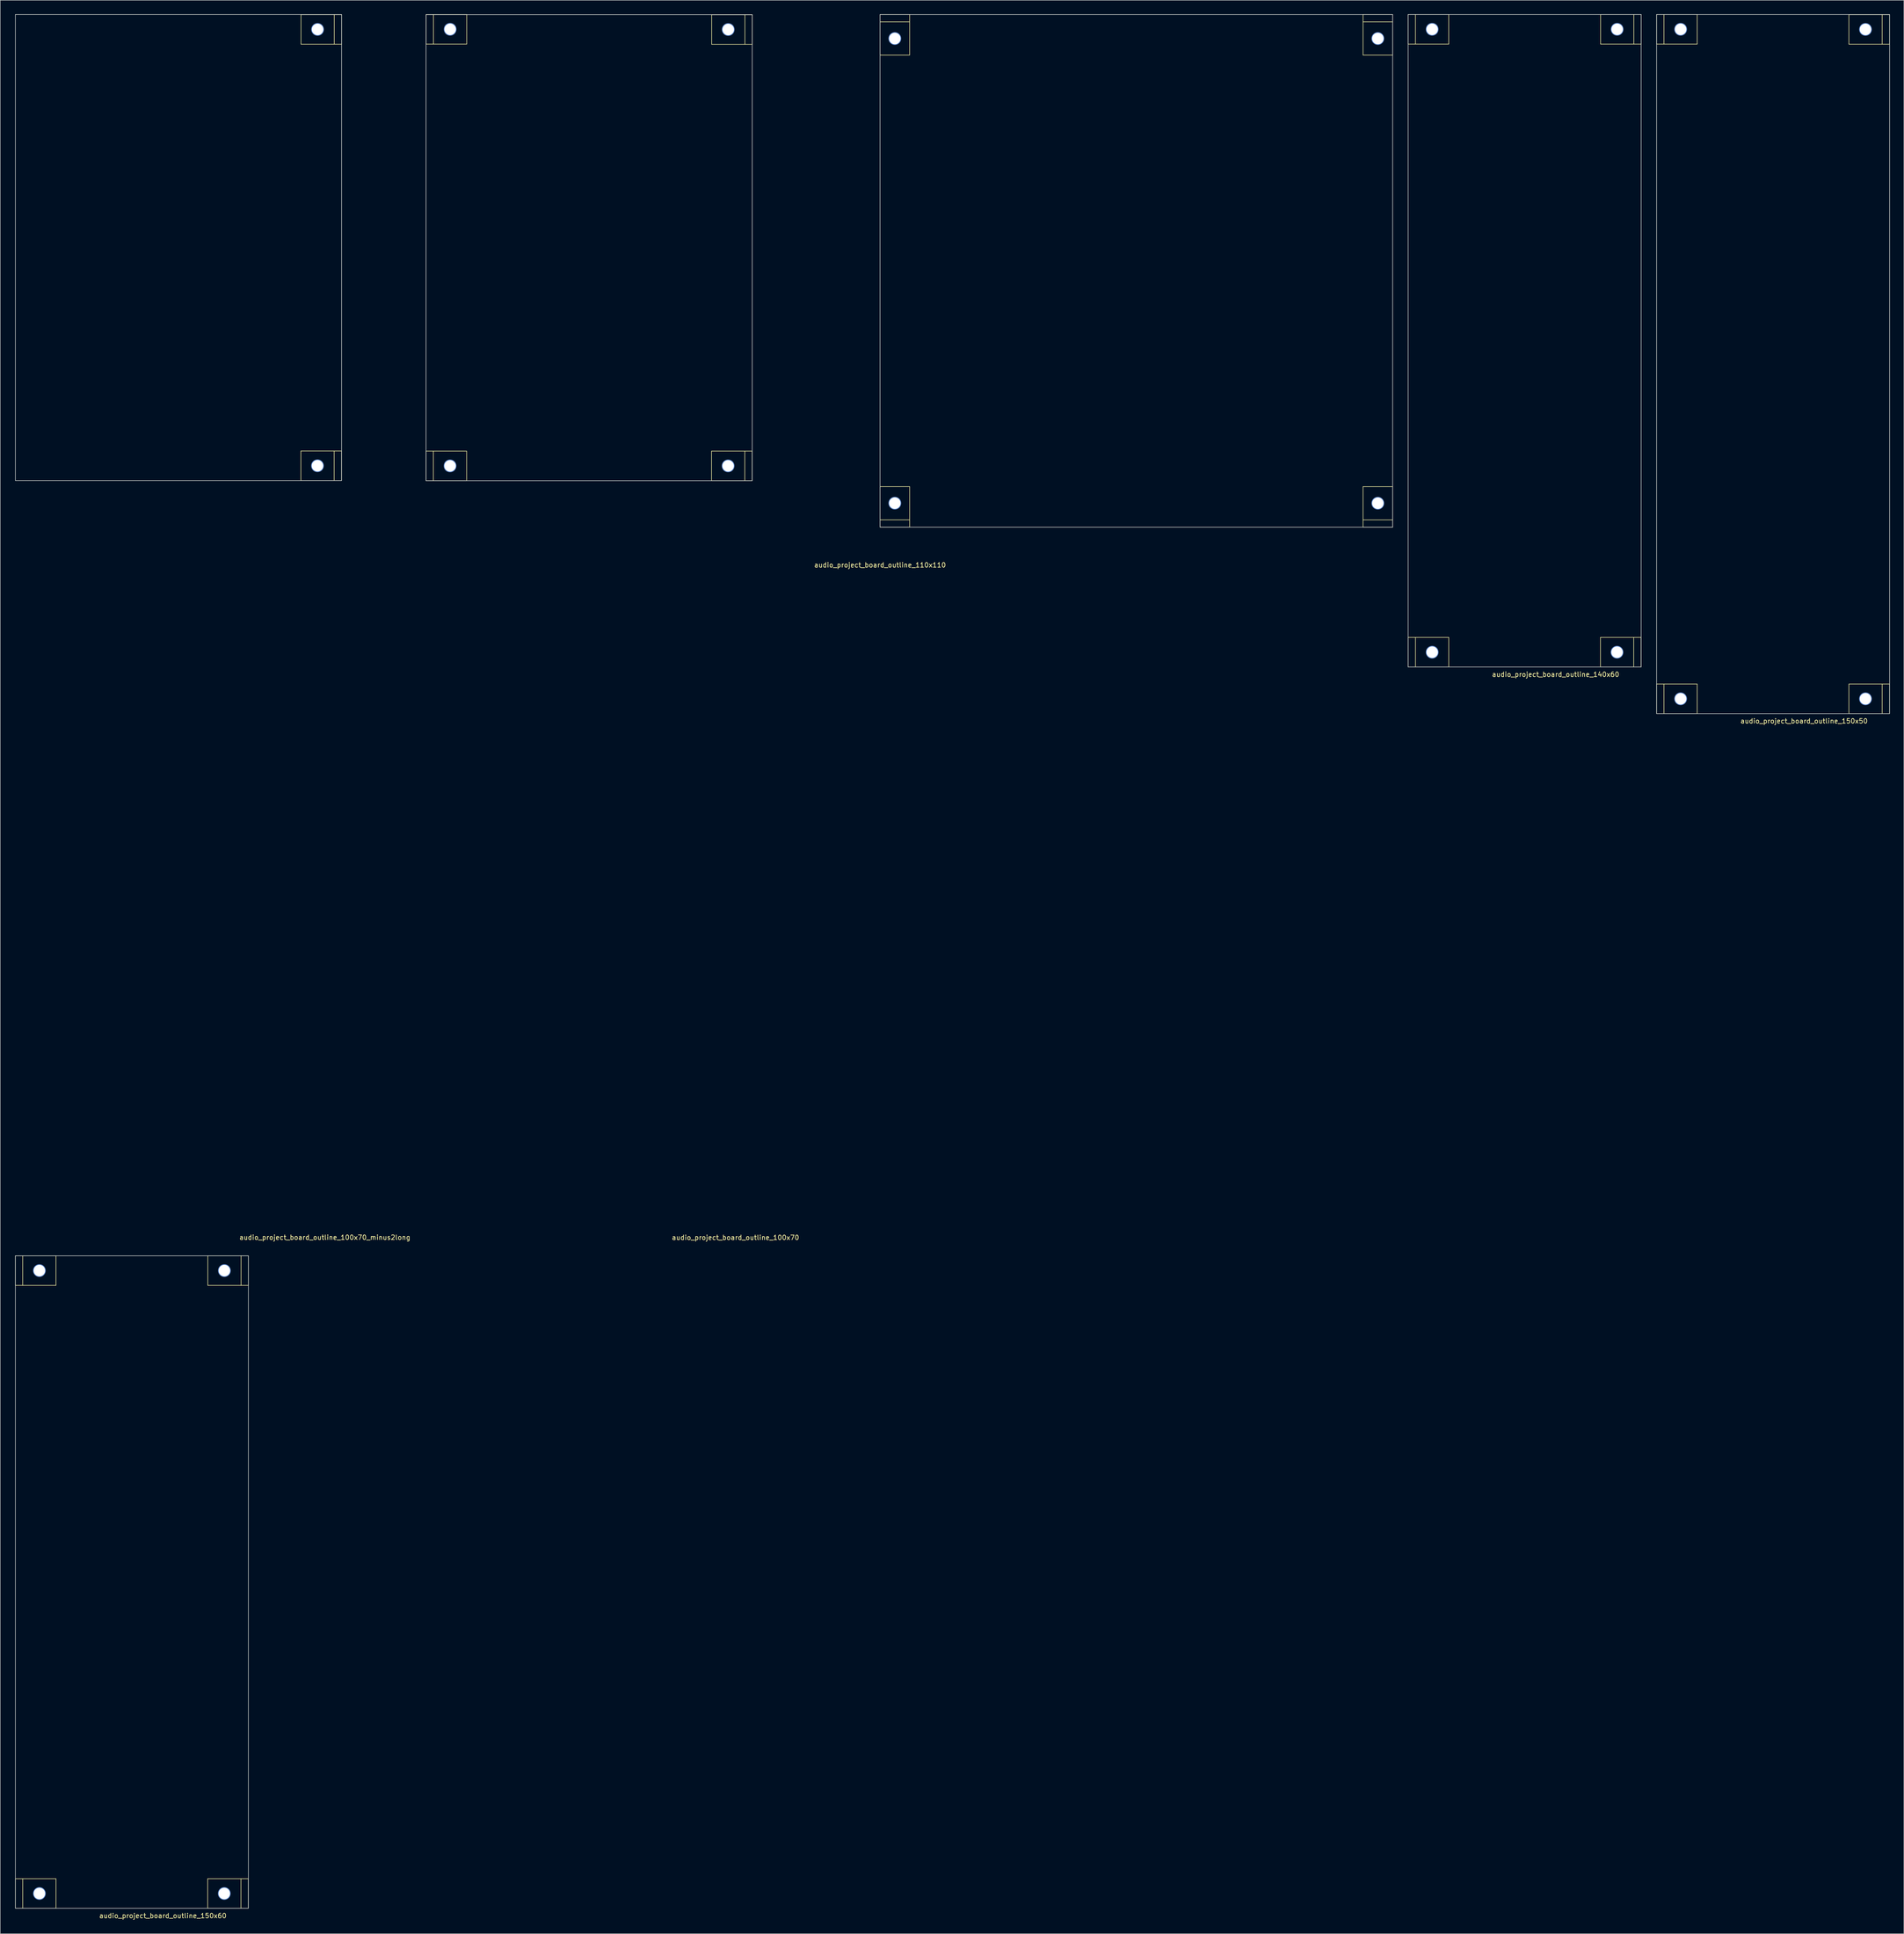
<source format=kicad_pcb>
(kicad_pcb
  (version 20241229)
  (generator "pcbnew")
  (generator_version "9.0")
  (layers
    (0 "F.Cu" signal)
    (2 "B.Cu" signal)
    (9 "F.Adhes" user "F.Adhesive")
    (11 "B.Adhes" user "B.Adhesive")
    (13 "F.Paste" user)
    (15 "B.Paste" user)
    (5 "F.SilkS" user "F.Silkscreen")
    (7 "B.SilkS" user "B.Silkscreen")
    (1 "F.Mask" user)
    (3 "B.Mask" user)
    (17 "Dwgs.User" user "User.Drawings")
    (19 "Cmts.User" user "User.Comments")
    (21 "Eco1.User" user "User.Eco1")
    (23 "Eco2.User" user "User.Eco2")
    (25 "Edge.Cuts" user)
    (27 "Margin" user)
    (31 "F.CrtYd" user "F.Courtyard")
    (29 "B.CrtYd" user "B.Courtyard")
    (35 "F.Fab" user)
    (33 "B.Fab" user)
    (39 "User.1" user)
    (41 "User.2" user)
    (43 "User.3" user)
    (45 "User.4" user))
  (footprint "audio_project_board_outline_150x60"
    (layer "F.Cu")
    (at 0.25 406.395)
    (property "Reference" "audio_project_board_outline_150x60" (at 31.65 1.6 180) (layer "F.SilkS") (effects (font (size 1 1) (thickness 0.15))))
    (attr through_hole)
    (fp_line (start -0.006 -140) (end 8.706 -140) (stroke (width 0.12) (type solid)) (layer "F.SilkS"))
    (fp_line (start -0.006 -133.65) (end -0.006 -140) (stroke (width 0.12) (type solid)) (layer "F.SilkS"))
    (fp_line (start -0.006 -133.65) (end 8.706 -133.65) (stroke (width 0.12) (type solid)) (layer "F.SilkS"))
    (fp_line (start 0 -6.35) (end 8.712 -6.35) (stroke (width 0.12) (type solid)) (layer "F.SilkS"))
    (fp_line (start 0 0) (end 0 -6.35) (stroke (width 0.12) (type solid)) (layer "F.SilkS"))
    (fp_line (start 0 0) (end 8.712 0) (stroke (width 0.12) (type solid)) (layer "F.SilkS"))
    (fp_line (start 1.569 -133.65) (end 1.569 -140) (stroke (width 0.12) (type solid)) (layer "F.SilkS"))
    (fp_line (start 1.575 0) (end 1.575 -6.35) (stroke (width 0.12) (type solid)) (layer "F.SilkS"))
    (fp_line (start 8.706 -133.65) (end 8.706 -140) (stroke (width 0.12) (type solid)) (layer "F.SilkS"))
    (fp_line (start 8.712 0) (end 8.712 -6.35) (stroke (width 0.12) (type solid)) (layer "F.SilkS"))
    (fp_line (start 41.269 -6.35) (end 41.269 0) (stroke (width 0.12) (type solid)) (layer "F.SilkS"))
    (fp_line (start 41.294 -140) (end 41.294 -133.65) (stroke (width 0.12) (type solid)) (layer "F.SilkS"))
    (fp_line (start 48.406 -6.35) (end 48.406 0) (stroke (width 0.12) (type solid)) (layer "F.SilkS"))
    (fp_line (start 48.431 -140) (end 48.431 -133.65) (stroke (width 0.12) (type solid)) (layer "F.SilkS"))
    (fp_line (start 49.981 -6.35) (end 41.269 -6.35) (stroke (width 0.12) (type solid)) (layer "F.SilkS"))
    (fp_line (start 49.981 -6.35) (end 49.981 0) (stroke (width 0.12) (type solid)) (layer "F.SilkS"))
    (fp_line (start 49.981 0) (end 41.269 0) (stroke (width 0.12) (type solid)) (layer "F.SilkS"))
    (fp_line (start 50.006 -140) (end 41.294 -140) (stroke (width 0.12) (type solid)) (layer "F.SilkS"))
    (fp_line (start 50.006 -140) (end 50.006 -133.65) (stroke (width 0.12) (type solid)) (layer "F.SilkS"))
    (fp_line (start 50.006 -133.65) (end 41.294 -133.65) (stroke (width 0.12) (type solid)) (layer "F.SilkS"))
    (fp_line (start 0 -140) (end 50 -140) (stroke (width 0.12) (type solid)) (layer "Edge.Cuts"))
    (fp_line (start 0 0) (end 0 -140) (stroke (width 0.12) (type solid)) (layer "Edge.Cuts"))
    (fp_line (start 0 0) (end 50 0) (stroke (width 0.12) (type solid)) (layer "Edge.Cuts"))
    (fp_line (start 50 0) (end 50 -140) (stroke (width 0.12) (type solid)) (layer "Edge.Cuts"))
    (pad "1" thru_hole circle (at 5.15 -136.825 180) (size 2.75 2.75) (drill 2.45) (layers "*.Cu" "*.Mask"))
    (pad "1" thru_hole circle (at 5.156 -3.175 180) (size 2.75 2.75) (drill 2.45) (layers "*.Cu" "*.Mask"))
    (pad "1" thru_hole circle (at 44.825 -3.175) (size 2.75 2.75) (drill 2.45) (layers "*.Cu" "*.Mask"))
    (pad "1" thru_hole circle (at 44.85 -136.825) (size 2.75 2.75) (drill 2.45) (layers "*.Cu" "*.Mask")))
  (footprint "audio_project_board_outline_150x50"
    (layer "F.Cu")
    (at 352.444 150.06)
    (property "Reference" "audio_project_board_outline_150x50" (at 31.65 1.6 180) (layer "F.SilkS") (effects (font (size 1 1) (thickness 0.15))))
    (attr through_hole)
    (fp_line (start 0 -6.35) (end 8.712 -6.35) (stroke (width 0.12) (type solid)) (layer "F.SilkS"))
    (fp_line (start 0 0) (end 0 -6.35) (stroke (width 0.12) (type solid)) (layer "F.SilkS"))
    (fp_line (start 0 0) (end 8.712 0) (stroke (width 0.12) (type solid)) (layer "F.SilkS"))
    (fp_line (start 0.0002 -150) (end 8.712 -150) (stroke (width 0.12) (type solid)) (layer "F.SilkS"))
    (fp_line (start 0.0002 -143.65) (end 0.0002 -150) (stroke (width 0.12) (type solid)) (layer "F.SilkS"))
    (fp_line (start 0.0002 -143.65) (end 8.712 -143.65) (stroke (width 0.12) (type solid)) (layer "F.SilkS"))
    (fp_line (start 1.575 0) (end 1.575 -6.35) (stroke (width 0.12) (type solid)) (layer "F.SilkS"))
    (fp_line (start 1.575 -143.65) (end 1.575 -150) (stroke (width 0.12) (type solid)) (layer "F.SilkS"))
    (fp_line (start 8.712 0) (end 8.712 -6.35) (stroke (width 0.12) (type solid)) (layer "F.SilkS"))
    (fp_line (start 8.712 -143.65) (end 8.712 -150) (stroke (width 0.12) (type solid)) (layer "F.SilkS"))
    (fp_line (start 41.269 -149.975) (end 41.269 -143.625) (stroke (width 0.12) (type solid)) (layer "F.SilkS"))
    (fp_line (start 41.269 -6.35) (end 41.269 0) (stroke (width 0.12) (type solid)) (layer "F.SilkS"))
    (fp_line (start 48.406 -149.975) (end 48.406 -143.625) (stroke (width 0.12) (type solid)) (layer "F.SilkS"))
    (fp_line (start 48.406 -6.35) (end 48.406 0) (stroke (width 0.12) (type solid)) (layer "F.SilkS"))
    (fp_line (start 49.981 -149.975) (end 41.269 -149.975) (stroke (width 0.12) (type solid)) (layer "F.SilkS"))
    (fp_line (start 49.981 -149.975) (end 49.981 -143.625) (stroke (width 0.12) (type solid)) (layer "F.SilkS"))
    (fp_line (start 49.981 -143.625) (end 41.269 -143.625) (stroke (width 0.12) (type solid)) (layer "F.SilkS"))
    (fp_line (start 49.981 -6.35) (end 41.269 -6.35) (stroke (width 0.12) (type solid)) (layer "F.SilkS"))
    (fp_line (start 49.981 -6.35) (end 49.981 0) (stroke (width 0.12) (type solid)) (layer "F.SilkS"))
    (fp_line (start 49.981 0) (end 41.269 0) (stroke (width 0.12) (type solid)) (layer "F.SilkS"))
    (fp_line (start 0 -150) (end 50 -150) (stroke (width 0.12) (type solid)) (layer "Edge.Cuts"))
    (fp_line (start 0 0) (end 0 -150) (stroke (width 0.12) (type solid)) (layer "Edge.Cuts"))
    (fp_line (start 0 0) (end 50 0) (stroke (width 0.12) (type solid)) (layer "Edge.Cuts"))
    (fp_line (start 50 0) (end 50 -150) (stroke (width 0.12) (type solid)) (layer "Edge.Cuts"))
    (pad "1" thru_hole circle (at 5.156 -3.175 180) (size 2.75 2.75) (drill 2.45) (layers "*.Cu" "*.Mask"))
    (pad "1" thru_hole circle (at 5.156 -146.825 180) (size 2.75 2.75) (drill 2.45) (layers "*.Cu" "*.Mask"))
    (pad "1" thru_hole circle (at 44.825 -146.8) (size 2.75 2.75) (drill 2.45) (layers "*.Cu" "*.Mask"))
    (pad "1" thru_hole circle (at 44.825 -3.175) (size 2.75 2.75) (drill 2.45) (layers "*.Cu" "*.Mask")))
  (footprint "audio_project_board_outline_110x110"
    (layer "F.Cu")
    (at 185.798 110.066)
    (property "Reference" "audio_project_board_outline_110x110" (at 0 8.12 0) (layer "F.SilkS") (effects (font (size 1 1) (thickness 0.15))))
    (attr through_hole)
    (fp_line (start 0 -110.006) (end 0 -101.294) (stroke (width 0.12) (type solid)) (layer "F.SilkS"))
    (fp_line (start 0 -110.006) (end 6.35 -110.006) (stroke (width 0.12) (type solid)) (layer "F.SilkS"))
    (fp_line (start 0 -108.431) (end 6.35 -108.431) (stroke (width 0.12) (type solid)) (layer "F.SilkS"))
    (fp_line (start 0 -101.294) (end 6.35 -101.294) (stroke (width 0.12) (type solid)) (layer "F.SilkS"))
    (fp_line (start 0 0) (end 0 -8.712) (stroke (width 0.12) (type solid)) (layer "F.SilkS"))
    (fp_line (start 6.35 -110.006) (end 6.35 -101.294) (stroke (width 0.12) (type solid)) (layer "F.SilkS"))
    (fp_line (start 6.35 -8.712) (end 0 -8.712) (stroke (width 0.12) (type solid)) (layer "F.SilkS"))
    (fp_line (start 6.35 -1.575) (end 0 -1.575) (stroke (width 0.12) (type solid)) (layer "F.SilkS"))
    (fp_line (start 6.35 0) (end 0 0) (stroke (width 0.12) (type solid)) (layer "F.SilkS"))
    (fp_line (start 6.35 0) (end 6.35 -8.712) (stroke (width 0.12) (type solid)) (layer "F.SilkS"))
    (fp_line (start 103.65 -110.006) (end 103.65 -101.294) (stroke (width 0.12) (type solid)) (layer "F.SilkS"))
    (fp_line (start 103.65 -110.006) (end 110 -110.006) (stroke (width 0.12) (type solid)) (layer "F.SilkS"))
    (fp_line (start 103.65 -108.431) (end 110 -108.431) (stroke (width 0.12) (type solid)) (layer "F.SilkS"))
    (fp_line (start 103.65 -101.294) (end 110 -101.294) (stroke (width 0.12) (type solid)) (layer "F.SilkS"))
    (fp_line (start 103.65 0.006) (end 103.65 -8.706) (stroke (width 0.12) (type solid)) (layer "F.SilkS"))
    (fp_line (start 110 -110.006) (end 110 -101.294) (stroke (width 0.12) (type solid)) (layer "F.SilkS"))
    (fp_line (start 110 -8.706) (end 103.65 -8.706) (stroke (width 0.12) (type solid)) (layer "F.SilkS"))
    (fp_line (start 110 -1.569) (end 103.65 -1.569) (stroke (width 0.12) (type solid)) (layer "F.SilkS"))
    (fp_line (start 110 0.006) (end 110 -8.706) (stroke (width 0.12) (type solid)) (layer "F.SilkS"))
    (fp_line (start 110.02 0.006) (end 103.67 0.006) (stroke (width 0.12) (type solid)) (layer "F.SilkS"))
    (fp_line (start 0 -110) (end 110 -110) (stroke (width 0.12) (type solid)) (layer "Edge.Cuts"))
    (fp_line (start 0 0) (end 0 -110) (stroke (width 0.12) (type solid)) (layer "Edge.Cuts"))
    (fp_line (start 0 0) (end 110 0) (stroke (width 0.12) (type solid)) (layer "Edge.Cuts"))
    (fp_line (start 110 0) (end 110 -110) (stroke (width 0.12) (type solid)) (layer "Edge.Cuts"))
    (pad "1" thru_hole circle (at 3.175 -104.85 90) (size 2.75 2.75) (drill 2.45) (layers "*.Cu" "*.Mask"))
    (pad "1" thru_hole circle (at 3.175 -5.156 270) (size 2.75 2.75) (drill 2.45) (layers "*.Cu" "*.Mask"))
    (pad "1" thru_hole circle (at 106.825 -104.85 90) (size 2.75 2.75) (drill 2.45) (layers "*.Cu" "*.Mask"))
    (pad "1" thru_hole circle (at 106.825 -5.146 270) (size 2.75 2.75) (drill 2.45) (layers "*.Cu" "*.Mask")))
  (footprint "audio_project_board_outline_100x70_minus2long"
    (layer "F.Cu")
    (at 0.25 100.06)
    (property "Reference" "audio_project_board_outline_100x70_minus2long" (at 66.414 162.401 180) (layer "F.SilkS") (effects (font (size 1 1) (thickness 0.15))))
    (attr through_hole)
    (fp_line (start 61.269 -6.35) (end 61.269 0) (stroke (width 0.12) (type solid)) (layer "F.SilkS"))
    (fp_line (start 61.294 -99.975) (end 61.294 -93.625) (stroke (width 0.12) (type solid)) (layer "F.SilkS"))
    (fp_line (start 68.406 -6.35) (end 68.406 0) (stroke (width 0.12) (type solid)) (layer "F.SilkS"))
    (fp_line (start 68.431 -99.975) (end 68.431 -93.625) (stroke (width 0.12) (type solid)) (layer "F.SilkS"))
    (fp_line (start 69.981 -6.35) (end 61.269 -6.35) (stroke (width 0.12) (type solid)) (layer "F.SilkS"))
    (fp_line (start 69.981 -6.35) (end 69.981 0) (stroke (width 0.12) (type solid)) (layer "F.SilkS"))
    (fp_line (start 69.981 0) (end 61.269 0) (stroke (width 0.12) (type solid)) (layer "F.SilkS"))
    (fp_line (start 70.006 -99.975) (end 61.294 -99.975) (stroke (width 0.12) (type solid)) (layer "F.SilkS"))
    (fp_line (start 70.006 -99.975) (end 70.006 -93.625) (stroke (width 0.12) (type solid)) (layer "F.SilkS"))
    (fp_line (start 70.006 -93.625) (end 61.294 -93.625) (stroke (width 0.12) (type solid)) (layer "F.SilkS"))
    (fp_line (start 0 -100) (end 70 -100) (stroke (width 0.12) (type solid)) (layer "Edge.Cuts"))
    (fp_line (start 0 0) (end 0 -100) (stroke (width 0.12) (type solid)) (layer "Edge.Cuts"))
    (fp_line (start 0 0) (end 70 0) (stroke (width 0.12) (type solid)) (layer "Edge.Cuts"))
    (fp_line (start 70 0) (end 70 -100) (stroke (width 0.12) (type solid)) (layer "Edge.Cuts"))
    (pad "1" thru_hole circle (at 64.825 -3.175) (size 2.75 2.75) (drill 2.45) (layers "*.Cu" "*.Mask"))
    (pad "1" thru_hole circle (at 64.85 -96.8) (size 2.75 2.75) (drill 2.45) (layers "*.Cu" "*.Mask")))
  (footprint "audio_project_board_outline_140x60"
    (layer "F.Cu")
    (at 299.128 140.06)
    (property "Reference" "audio_project_board_outline_140x60" (at 31.65 1.6 180) (layer "F.SilkS") (effects (font (size 1 1) (thickness 0.15))))
    (attr through_hole)
    (fp_line (start -0.006 -140) (end 8.706 -140) (stroke (width 0.12) (type solid)) (layer "F.SilkS"))
    (fp_line (start -0.006 -133.65) (end -0.006 -140) (stroke (width 0.12) (type solid)) (layer "F.SilkS"))
    (fp_line (start -0.006 -133.65) (end 8.706 -133.65) (stroke (width 0.12) (type solid)) (layer "F.SilkS"))
    (fp_line (start 0 -6.35) (end 8.712 -6.35) (stroke (width 0.12) (type solid)) (layer "F.SilkS"))
    (fp_line (start 0 0) (end 0 -6.35) (stroke (width 0.12) (type solid)) (layer "F.SilkS"))
    (fp_line (start 0 0) (end 8.712 0) (stroke (width 0.12) (type solid)) (layer "F.SilkS"))
    (fp_line (start 1.569 -133.65) (end 1.569 -140) (stroke (width 0.12) (type solid)) (layer "F.SilkS"))
    (fp_line (start 1.575 0) (end 1.575 -6.35) (stroke (width 0.12) (type solid)) (layer "F.SilkS"))
    (fp_line (start 8.706 -133.65) (end 8.706 -140) (stroke (width 0.12) (type solid)) (layer "F.SilkS"))
    (fp_line (start 8.712 0) (end 8.712 -6.35) (stroke (width 0.12) (type solid)) (layer "F.SilkS"))
    (fp_line (start 41.269 -6.35) (end 41.269 0) (stroke (width 0.12) (type solid)) (layer "F.SilkS"))
    (fp_line (start 41.294 -140) (end 41.294 -133.65) (stroke (width 0.12) (type solid)) (layer "F.SilkS"))
    (fp_line (start 48.406 -6.35) (end 48.406 0) (stroke (width 0.12) (type solid)) (layer "F.SilkS"))
    (fp_line (start 48.431 -140) (end 48.431 -133.65) (stroke (width 0.12) (type solid)) (layer "F.SilkS"))
    (fp_line (start 49.981 -6.35) (end 41.269 -6.35) (stroke (width 0.12) (type solid)) (layer "F.SilkS"))
    (fp_line (start 49.981 -6.35) (end 49.981 0) (stroke (width 0.12) (type solid)) (layer "F.SilkS"))
    (fp_line (start 49.981 0) (end 41.269 0) (stroke (width 0.12) (type solid)) (layer "F.SilkS"))
    (fp_line (start 50.006 -140) (end 41.294 -140) (stroke (width 0.12) (type solid)) (layer "F.SilkS"))
    (fp_line (start 50.006 -140) (end 50.006 -133.65) (stroke (width 0.12) (type solid)) (layer "F.SilkS"))
    (fp_line (start 50.006 -133.65) (end 41.294 -133.65) (stroke (width 0.12) (type solid)) (layer "F.SilkS"))
    (fp_line (start 0 -140) (end 50 -140) (stroke (width 0.12) (type solid)) (layer "Edge.Cuts"))
    (fp_line (start 0 0) (end 0 -140) (stroke (width 0.12) (type solid)) (layer "Edge.Cuts"))
    (fp_line (start 0 0) (end 50 0) (stroke (width 0.12) (type solid)) (layer "Edge.Cuts"))
    (fp_line (start 50 0) (end 50 -140) (stroke (width 0.12) (type solid)) (layer "Edge.Cuts"))
    (pad "1" thru_hole circle (at 5.15 -136.825 180) (size 2.75 2.75) (drill 2.45) (layers "*.Cu" "*.Mask"))
    (pad "1" thru_hole circle (at 5.156 -3.175 180) (size 2.75 2.75) (drill 2.45) (layers "*.Cu" "*.Mask"))
    (pad "1" thru_hole circle (at 44.825 -3.175) (size 2.75 2.75) (drill 2.45) (layers "*.Cu" "*.Mask"))
    (pad "1" thru_hole circle (at 44.85 -136.825) (size 2.75 2.75) (drill 2.45) (layers "*.Cu" "*.Mask")))
  (footprint "audio_project_board_outline_100x70"
    (layer "F.Cu")
    (at 88.372 100.085)
    (property "Reference" "audio_project_board_outline_100x70" (at 66.414 162.401 180) (layer "F.SilkS") (effects (font (size 1 1) (thickness 0.15))))
    (attr through_hole)
    (fp_line (start 0 -6.35) (end 8.712 -6.35) (stroke (width 0.12) (type solid)) (layer "F.SilkS"))
    (fp_line (start 0 0) (end 0 -6.35) (stroke (width 0.12) (type solid)) (layer "F.SilkS"))
    (fp_line (start 0 0) (end 8.712 0) (stroke (width 0.12) (type solid)) (layer "F.SilkS"))
    (fp_line (start 0.019 -100.025) (end 8.731 -100.025) (stroke (width 0.12) (type solid)) (layer "F.SilkS"))
    (fp_line (start 0.019 -93.675) (end 0.019 -100.025) (stroke (width 0.12) (type solid)) (layer "F.SilkS"))
    (fp_line (start 0.019 -93.675) (end 8.731 -93.675) (stroke (width 0.12) (type solid)) (layer "F.SilkS"))
    (fp_line (start 1.575 0) (end 1.575 -6.35) (stroke (width 0.12) (type solid)) (layer "F.SilkS"))
    (fp_line (start 1.594 -93.675) (end 1.594 -100.025) (stroke (width 0.12) (type solid)) (layer "F.SilkS"))
    (fp_line (start 8.712 0) (end 8.712 -6.35) (stroke (width 0.12) (type solid)) (layer "F.SilkS"))
    (fp_line (start 8.731 -93.675) (end 8.731 -100.025) (stroke (width 0.12) (type solid)) (layer "F.SilkS"))
    (fp_line (start 61.269 -6.35) (end 61.269 0) (stroke (width 0.12) (type solid)) (layer "F.SilkS"))
    (fp_line (start 61.294 -99.975) (end 61.294 -93.625) (stroke (width 0.12) (type solid)) (layer "F.SilkS"))
    (fp_line (start 68.406 -6.35) (end 68.406 0) (stroke (width 0.12) (type solid)) (layer "F.SilkS"))
    (fp_line (start 68.431 -99.975) (end 68.431 -93.625) (stroke (width 0.12) (type solid)) (layer "F.SilkS"))
    (fp_line (start 69.981 -6.35) (end 61.269 -6.35) (stroke (width 0.12) (type solid)) (layer "F.SilkS"))
    (fp_line (start 69.981 -6.35) (end 69.981 0) (stroke (width 0.12) (type solid)) (layer "F.SilkS"))
    (fp_line (start 69.981 0) (end 61.269 0) (stroke (width 0.12) (type solid)) (layer "F.SilkS"))
    (fp_line (start 70.006 -99.975) (end 61.294 -99.975) (stroke (width 0.12) (type solid)) (layer "F.SilkS"))
    (fp_line (start 70.006 -99.975) (end 70.006 -93.625) (stroke (width 0.12) (type solid)) (layer "F.SilkS"))
    (fp_line (start 70.006 -93.625) (end 61.294 -93.625) (stroke (width 0.12) (type solid)) (layer "F.SilkS"))
    (fp_line (start 0 -100) (end 70 -100) (stroke (width 0.12) (type solid)) (layer "Edge.Cuts"))
    (fp_line (start 0 0) (end 0 -100) (stroke (width 0.12) (type solid)) (layer "Edge.Cuts"))
    (fp_line (start 0 0) (end 70 0) (stroke (width 0.12) (type solid)) (layer "Edge.Cuts"))
    (fp_line (start 70 0) (end 70 -100) (stroke (width 0.12) (type solid)) (layer "Edge.Cuts"))
    (pad "1" thru_hole circle (at 5.156 -3.175 180) (size 2.75 2.75) (drill 2.45) (layers "*.Cu" "*.Mask"))
    (pad "1" thru_hole circle (at 5.175 -96.85 180) (size 2.75 2.75) (drill 2.45) (layers "*.Cu" "*.Mask"))
    (pad "1" thru_hole circle (at 64.825 -3.175) (size 2.75 2.75) (drill 2.45) (layers "*.Cu" "*.Mask"))
    (pad "1" thru_hole circle (at 64.85 -96.8) (size 2.75 2.75) (drill 2.45) (layers "*.Cu" "*.Mask")))
  (gr_rect
    (start -3 -3)
    (end 405.504 411.843)
    (stroke (width 0.1) (type default))
    (fill no)
    (layer "Edge.Cuts")))
</source>
